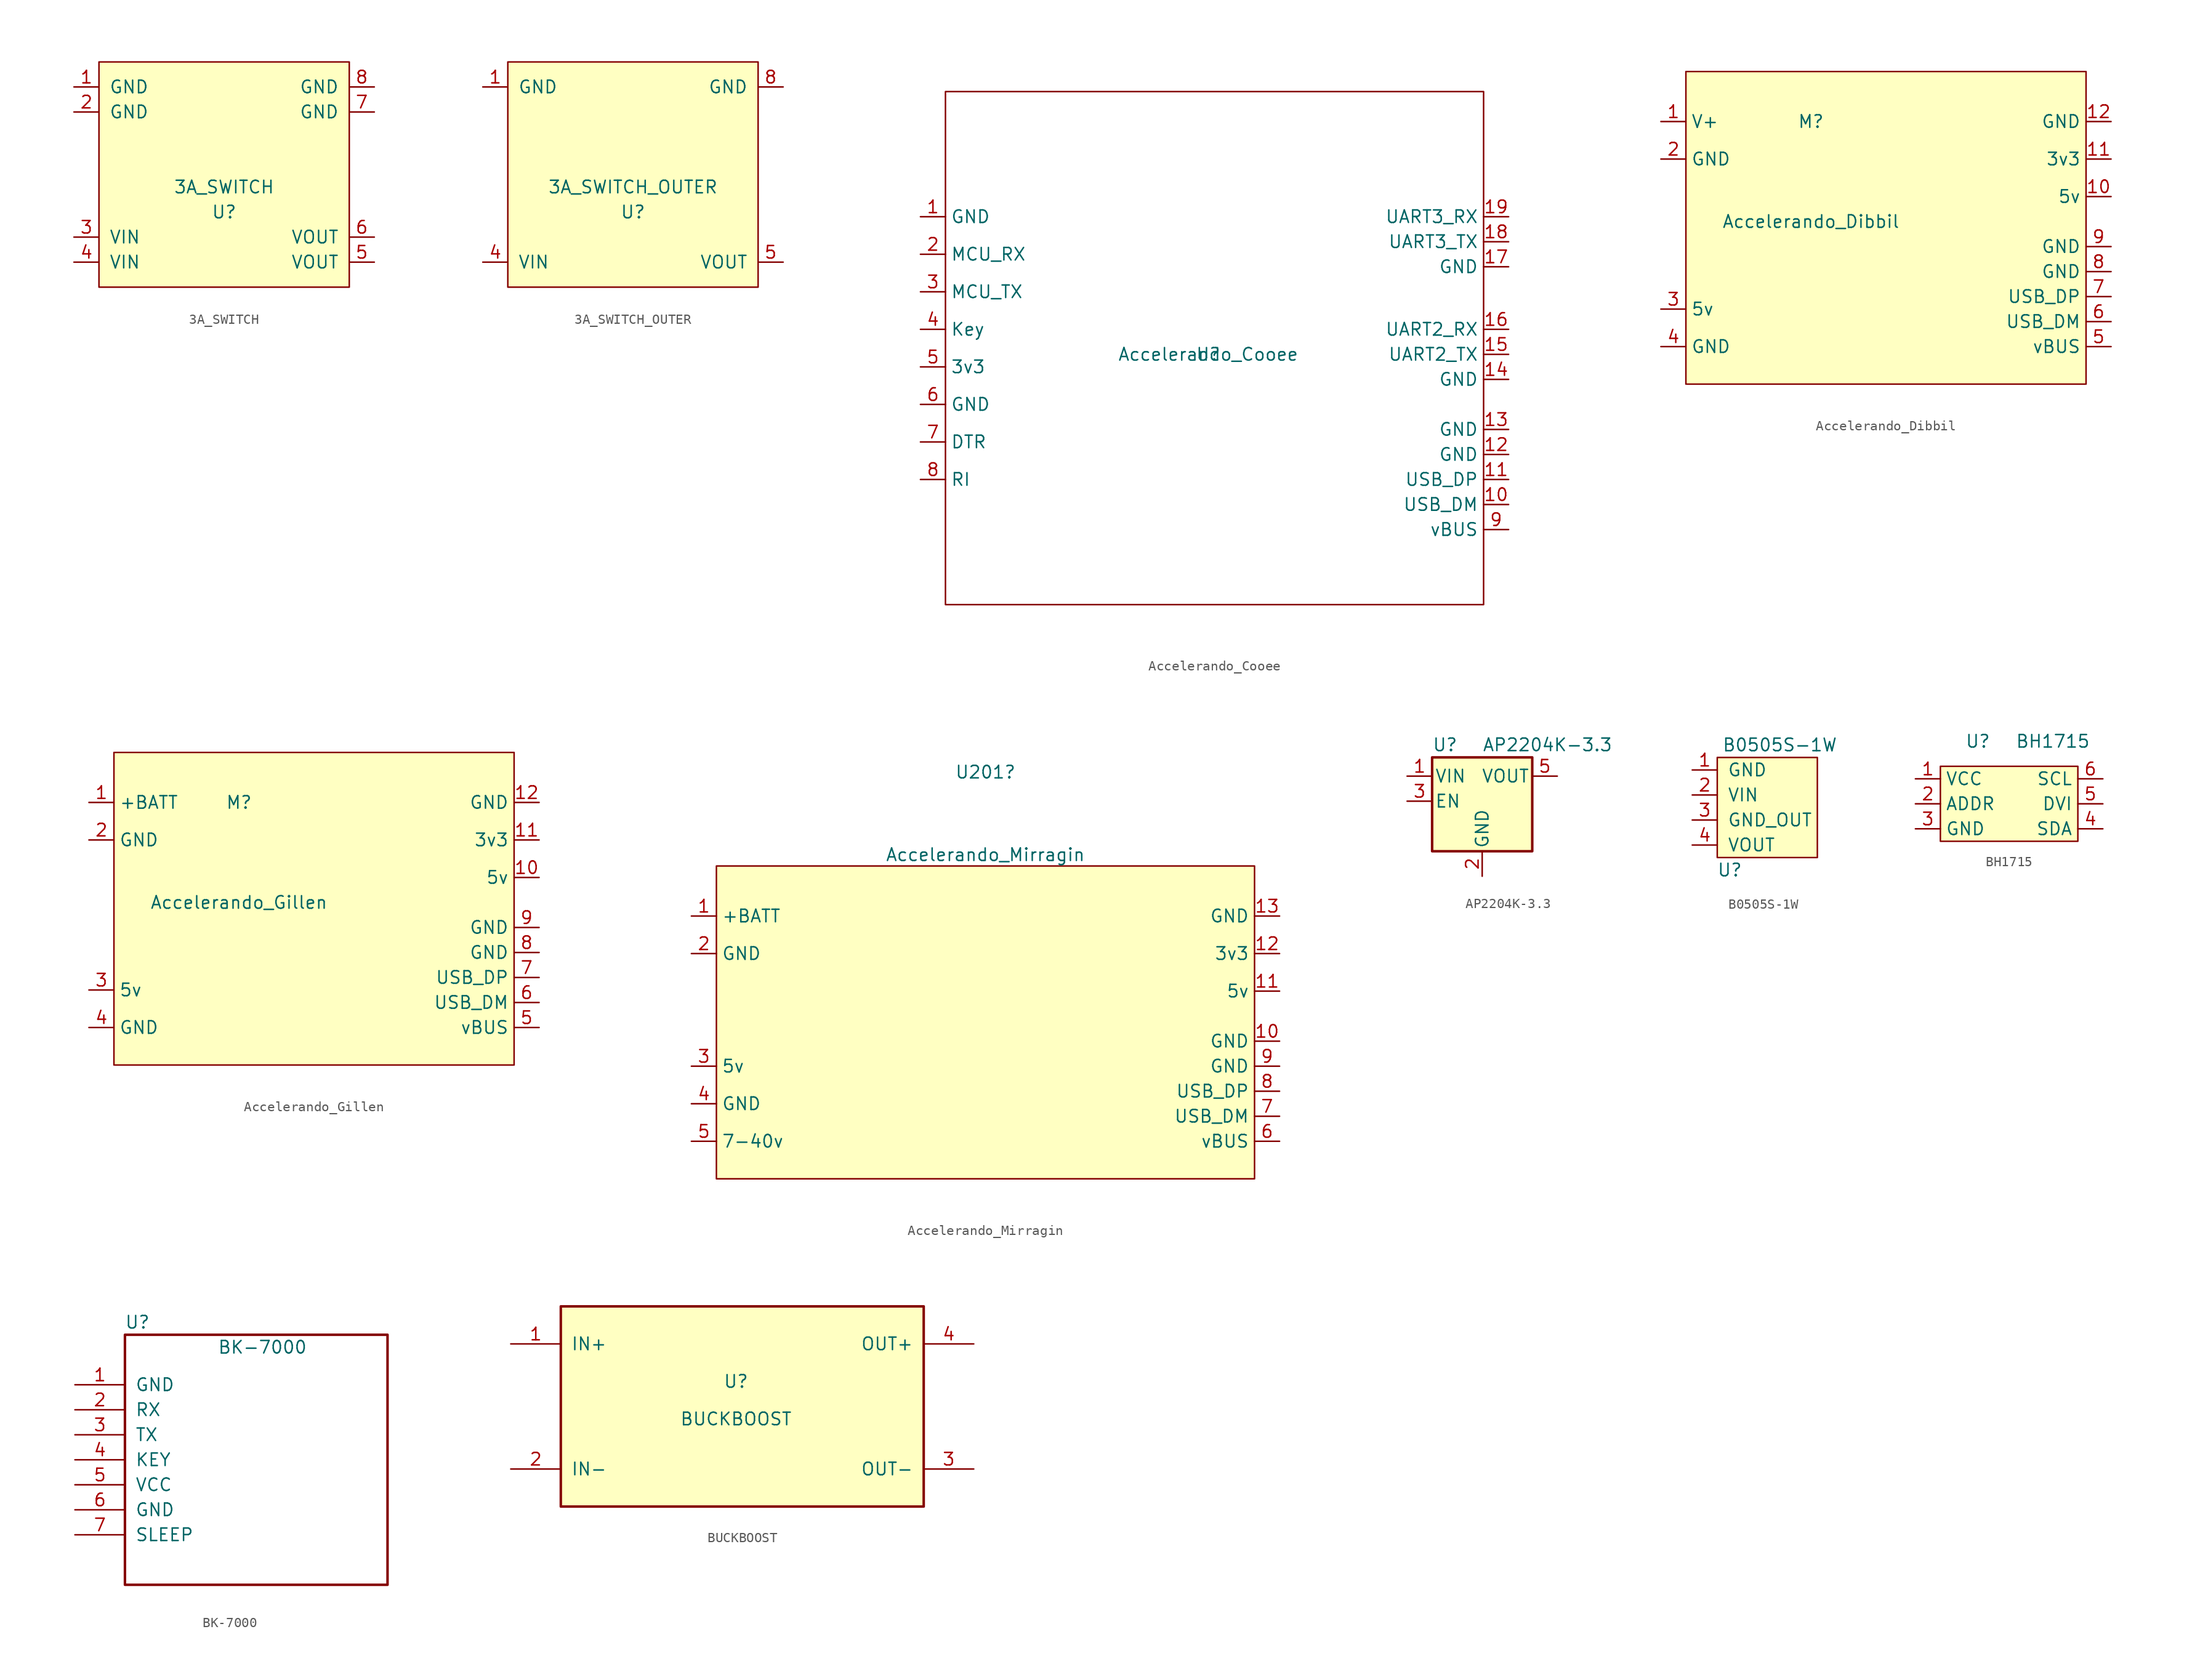
<source format=kicad_sym>
(kicad_symbol_lib
  (version 20231120)
  (generator "kicad_symbol_editor")
  (generator_version "8.0")
  (symbol "3A_SWITCH"
    (pin_names
      (offset 1.016))
    (property "Reference" "U"
      (at 0 0 0)
      (effects (font (size 1.27 1.27))))
    (property "Value" "3A_SWITCH"
      (at 0 2.54 0)
      (effects (font (size 1.27 1.27))))
    (symbol "3A_SWITCH_0_1"
      (rectangle (start -12.7 -7.62) (end 12.7 15.24) (stroke (width 0) (type default)) (fill (type background))))
    (symbol "3A_SWITCH_1_1"
      (pin power_in line (at -15.24 12.7 0) (length 2.54) (name "GND" (effects (font (size 1.27 1.27)))) (number "1" (effects (font (size 1.27 1.27)))))
      (pin power_in line (at -15.24 10.16 0) (length 2.54) (name "GND" (effects (font (size 1.27 1.27)))) (number "2" (effects (font (size 1.27 1.27)))))
      (pin power_in line (at -15.24 -2.54 0) (length 2.54) (name "VIN" (effects (font (size 1.27 1.27)))) (number "3" (effects (font (size 1.27 1.27)))))
      (pin power_in line (at -15.24 -5.08 0) (length 2.54) (name "VIN" (effects (font (size 1.27 1.27)))) (number "4" (effects (font (size 1.27 1.27)))))
      (pin power_in line (at 15.24 -5.08 180) (length 2.54) (name "VOUT" (effects (font (size 1.27 1.27)))) (number "5" (effects (font (size 1.27 1.27)))))
      (pin power_in line (at 15.24 -2.54 180) (length 2.54) (name "VOUT" (effects (font (size 1.27 1.27)))) (number "6" (effects (font (size 1.27 1.27)))))
      (pin power_in line (at 15.24 10.16 180) (length 2.54) (name "GND" (effects (font (size 1.27 1.27)))) (number "7" (effects (font (size 1.27 1.27)))))
      (pin power_in line (at 15.24 12.7 180) (length 2.54) (name "GND" (effects (font (size 1.27 1.27)))) (number "8" (effects (font (size 1.27 1.27)))))))
  (symbol "3A_SWITCH_OUTER"
    (pin_names
      (offset 1.016))
    (property "Reference" "U"
      (at 0 0 0)
      (effects (font (size 1.27 1.27))))
    (property "Value" "3A_SWITCH_OUTER"
      (at 0 2.54 0)
      (effects (font (size 1.27 1.27))))
    (symbol "3A_SWITCH_OUTER_0_1"
      (rectangle (start -12.7 -7.62) (end 12.7 15.24) (stroke (width 0) (type default)) (fill (type background))))
    (symbol "3A_SWITCH_OUTER_1_1"
      (pin power_in line (at -15.24 12.7 0) (length 2.54) (name "GND" (effects (font (size 1.27 1.27)))) (number "1" (effects (font (size 1.27 1.27)))))
      (pin power_in line (at -15.24 -5.08 0) (length 2.54) (name "VIN" (effects (font (size 1.27 1.27)))) (number "4" (effects (font (size 1.27 1.27)))))
      (pin power_in line (at 15.24 -5.08 180) (length 2.54) (name "VOUT" (effects (font (size 1.27 1.27)))) (number "5" (effects (font (size 1.27 1.27)))))
      (pin power_in line (at 15.24 12.7 180) (length 2.54) (name "GND" (effects (font (size 1.27 1.27)))) (number "8" (effects (font (size 1.27 1.27)))))))
  (symbol "Accelerando_Cooee"
    (property "Reference" "U"
      (at 0 0 0)
      (effects (font (size 1.27 1.27))))
    (property "Value" "Accelerando_Cooee"
      (at 0 0 0)
      (effects (font (size 1.27 1.27))))
    (symbol "Accelerando_Cooee_0_1"
      (rectangle (start -26.67 26.67) (end 27.94 -25.4) (stroke (width 0.152) (type default)) (fill (type none))))
    (symbol "Accelerando_Cooee_1_1"
      (pin input line (at -29.21 13.97 0) (length 2.54) (name "GND" (effects (font (size 1.27 1.27)))) (number "1" (effects (font (size 1.27 1.27)))))
      (pin bidirectional line (at 30.48 -15.24 180) (length 2.54) (name "USB_DM" (effects (font (size 1.27 1.27)))) (number "10" (effects (font (size 1.27 1.27)))))
      (pin bidirectional line (at 30.48 -12.7 180) (length 2.54) (name "USB_DP" (effects (font (size 1.27 1.27)))) (number "11" (effects (font (size 1.27 1.27)))))
      (pin power_in line (at 30.48 -10.16 180) (length 2.54) (name "GND" (effects (font (size 1.27 1.27)))) (number "12" (effects (font (size 1.27 1.27)))))
      (pin power_in line (at 30.48 -7.62 180) (length 2.54) (name "GND" (effects (font (size 1.27 1.27)))) (number "13" (effects (font (size 1.27 1.27)))))
      (pin power_in line (at 30.48 -2.54 180) (length 2.54) (name "GND" (effects (font (size 1.27 1.27)))) (number "14" (effects (font (size 1.27 1.27)))))
      (pin output line (at 30.48 0 180) (length 2.54) (name "UART2_TX" (effects (font (size 1.27 1.27)))) (number "15" (effects (font (size 1.27 1.27)))))
      (pin input line (at 30.48 2.54 180) (length 2.54) (name "UART2_RX" (effects (font (size 1.27 1.27)))) (number "16" (effects (font (size 1.27 1.27)))))
      (pin power_in line (at 30.48 8.89 180) (length 2.54) (name "GND" (effects (font (size 1.27 1.27)))) (number "17" (effects (font (size 1.27 1.27)))))
      (pin output line (at 30.48 11.43 180) (length 2.54) (name "UART3_TX" (effects (font (size 1.27 1.27)))) (number "18" (effects (font (size 1.27 1.27)))))
      (pin input line (at 30.48 13.97 180) (length 2.54) (name "UART3_RX" (effects (font (size 1.27 1.27)))) (number "19" (effects (font (size 1.27 1.27)))))
      (pin output line (at -29.21 10.16 0) (length 2.54) (name "MCU_RX" (effects (font (size 1.27 1.27)))) (number "2" (effects (font (size 1.27 1.27)))))
      (pin input line (at -29.21 6.35 0) (length 2.54) (name "MCU_TX" (effects (font (size 1.27 1.27)))) (number "3" (effects (font (size 1.27 1.27)))))
      (pin input line (at -29.21 2.54 0) (length 2.54) (name "Key" (effects (font (size 1.27 1.27)))) (number "4" (effects (font (size 1.27 1.27)))))
      (pin power_in line (at -29.21 -1.27 0) (length 2.54) (name "3v3" (effects (font (size 1.27 1.27)))) (number "5" (effects (font (size 1.27 1.27)))))
      (pin power_in line (at -29.21 -5.08 0) (length 2.54) (name "GND" (effects (font (size 1.27 1.27)))) (number "6" (effects (font (size 1.27 1.27)))))
      (pin input line (at -29.21 -8.89 0) (length 2.54) (name "DTR" (effects (font (size 1.27 1.27)))) (number "7" (effects (font (size 1.27 1.27)))))
      (pin output line (at -29.21 -12.7 0) (length 2.54) (name "RI" (effects (font (size 1.27 1.27)))) (number "8" (effects (font (size 1.27 1.27)))))
      (pin power_in line (at 30.48 -17.78 180) (length 2.54) (name "vBUS" (effects (font (size 1.27 1.27)))) (number "9" (effects (font (size 1.27 1.27)))))))
  (symbol "Accelerando_Dibbil"
    (property "Reference" "M"
      (at -7.62 10.16 0)
      (effects (font (size 1.27 1.27))))
    (property "Value" "Accelerando_Dibbil"
      (at -7.62 0 0)
      (effects (font (size 1.27 1.27))))
    (symbol "Accelerando_Dibbil_0_1"
      (rectangle (start -20.32 15.24) (end 20.32 -16.51) (stroke (width 0.152) (type default)) (fill (type background))))
    (symbol "Accelerando_Dibbil_1_1"
      (pin power_in line (at -22.86 10.16 0) (length 2.54) (name "V+" (effects (font (size 1.27 1.27)))) (number "1" (effects (font (size 1.27 1.27)))))
      (pin power_out line (at 22.86 2.54 180) (length 2.54) (name "5v" (effects (font (size 1.27 1.27)))) (number "10" (effects (font (size 1.27 1.27)))))
      (pin power_out line (at 22.86 6.35 180) (length 2.54) (name "3v3" (effects (font (size 1.27 1.27)))) (number "11" (effects (font (size 1.27 1.27)))))
      (pin power_out line (at 22.86 10.16 180) (length 2.54) (name "GND" (effects (font (size 1.27 1.27)))) (number "12" (effects (font (size 1.27 1.27)))))
      (pin power_in line (at -22.86 6.35 0) (length 2.54) (name "GND" (effects (font (size 1.27 1.27)))) (number "2" (effects (font (size 1.27 1.27)))))
      (pin power_in line (at -22.86 -8.89 0) (length 2.54) (name "5v" (effects (font (size 1.27 1.27)))) (number "3" (effects (font (size 1.27 1.27)))))
      (pin power_in line (at -22.86 -12.7 0) (length 2.54) (name "GND" (effects (font (size 1.27 1.27)))) (number "4" (effects (font (size 1.27 1.27)))))
      (pin power_in line (at 22.86 -12.7 180) (length 2.54) (name "vBUS" (effects (font (size 1.27 1.27)))) (number "5" (effects (font (size 1.27 1.27)))))
      (pin bidirectional line (at 22.86 -10.16 180) (length 2.54) (name "USB_DM" (effects (font (size 1.27 1.27)))) (number "6" (effects (font (size 1.27 1.27)))))
      (pin bidirectional line (at 22.86 -7.62 180) (length 2.54) (name "USB_DP" (effects (font (size 1.27 1.27)))) (number "7" (effects (font (size 1.27 1.27)))))
      (pin power_in line (at 22.86 -5.08 180) (length 2.54) (name "GND" (effects (font (size 1.27 1.27)))) (number "8" (effects (font (size 1.27 1.27)))))
      (pin power_in line (at 22.86 -2.54 180) (length 2.54) (name "GND" (effects (font (size 1.27 1.27)))) (number "9" (effects (font (size 1.27 1.27)))))))
  (symbol "Accelerando_Gillen"
    (property "Reference" "M"
      (at -7.62 10.16 0)
      (effects (font (size 1.27 1.27))))
    (property "Value" "Accelerando_Gillen"
      (at -7.62 0 0)
      (effects (font (size 1.27 1.27))))
    (symbol "Accelerando_Gillen_0_1"
      (rectangle (start -20.32 15.24) (end 20.32 -16.51) (stroke (width 0.152) (type default)) (fill (type background))))
    (symbol "Accelerando_Gillen_1_1"
      (pin power_in line (at -22.86 10.16 0) (length 2.54) (name "+BATT" (effects (font (size 1.27 1.27)))) (number "1" (effects (font (size 1.27 1.27)))))
      (pin power_out line (at 22.86 2.54 180) (length 2.54) (name "5v" (effects (font (size 1.27 1.27)))) (number "10" (effects (font (size 1.27 1.27)))))
      (pin power_out line (at 22.86 6.35 180) (length 2.54) (name "3v3" (effects (font (size 1.27 1.27)))) (number "11" (effects (font (size 1.27 1.27)))))
      (pin power_out line (at 22.86 10.16 180) (length 2.54) (name "GND" (effects (font (size 1.27 1.27)))) (number "12" (effects (font (size 1.27 1.27)))))
      (pin power_in line (at -22.86 6.35 0) (length 2.54) (name "GND" (effects (font (size 1.27 1.27)))) (number "2" (effects (font (size 1.27 1.27)))))
      (pin power_in line (at -22.86 -8.89 0) (length 2.54) (name "5v" (effects (font (size 1.27 1.27)))) (number "3" (effects (font (size 1.27 1.27)))))
      (pin power_in line (at -22.86 -12.7 0) (length 2.54) (name "GND" (effects (font (size 1.27 1.27)))) (number "4" (effects (font (size 1.27 1.27)))))
      (pin power_in line (at 22.86 -12.7 180) (length 2.54) (name "vBUS" (effects (font (size 1.27 1.27)))) (number "5" (effects (font (size 1.27 1.27)))))
      (pin bidirectional line (at 22.86 -10.16 180) (length 2.54) (name "USB_DM" (effects (font (size 1.27 1.27)))) (number "6" (effects (font (size 1.27 1.27)))))
      (pin bidirectional line (at 22.86 -7.62 180) (length 2.54) (name "USB_DP" (effects (font (size 1.27 1.27)))) (number "7" (effects (font (size 1.27 1.27)))))
      (pin power_in line (at 22.86 -5.08 180) (length 2.54) (name "GND" (effects (font (size 1.27 1.27)))) (number "8" (effects (font (size 1.27 1.27)))))
      (pin power_in line (at 22.86 -2.54 180) (length 2.54) (name "GND" (effects (font (size 1.27 1.27)))) (number "9" (effects (font (size 1.27 1.27)))))))
  (symbol "Accelerando_Mirragin"
    (property "Reference" "U201"
      (at 0.635 24.765 0)
      (effects (font (size 1.27 1.27))))
    (property "Value" "Accelerando_Mirragin"
      (at 0.635 16.381 0)
      (effects (font (size 1.27 1.27))))
    (symbol "Accelerando_Mirragin_0_1"
      (rectangle (start -26.67 15.24) (end 27.94 -16.51) (stroke (width 0.152) (type default)) (fill (type background))))
    (symbol "Accelerando_Mirragin_1_1"
      (pin power_in line (at -29.21 10.16 0) (length 2.54) (name "+BATT" (effects (font (size 1.27 1.27)))) (number "1" (effects (font (size 1.27 1.27)))))
      (pin power_in line (at 30.48 -2.54 180) (length 2.54) (name "GND" (effects (font (size 1.27 1.27)))) (number "10" (effects (font (size 1.27 1.27)))))
      (pin power_out line (at 30.48 2.54 180) (length 2.54) (name "5v" (effects (font (size 1.27 1.27)))) (number "11" (effects (font (size 1.27 1.27)))))
      (pin power_out line (at 30.48 6.35 180) (length 2.54) (name "3v3" (effects (font (size 1.27 1.27)))) (number "12" (effects (font (size 1.27 1.27)))))
      (pin power_out line (at 30.48 10.16 180) (length 2.54) (name "GND" (effects (font (size 1.27 1.27)))) (number "13" (effects (font (size 1.27 1.27)))))
      (pin power_in line (at -29.21 6.35 0) (length 2.54) (name "GND" (effects (font (size 1.27 1.27)))) (number "2" (effects (font (size 1.27 1.27)))))
      (pin power_in line (at -29.21 -5.08 0) (length 2.54) (name "5v" (effects (font (size 1.27 1.27)))) (number "3" (effects (font (size 1.27 1.27)))))
      (pin power_in line (at -29.21 -8.89 0) (length 2.54) (name "GND" (effects (font (size 1.27 1.27)))) (number "4" (effects (font (size 1.27 1.27)))))
      (pin power_in line (at -29.21 -12.7 0) (length 2.54) (name "7-40v" (effects (font (size 1.27 1.27)))) (number "5" (effects (font (size 1.27 1.27)))))
      (pin power_in line (at 30.48 -12.7 180) (length 2.54) (name "vBUS" (effects (font (size 1.27 1.27)))) (number "6" (effects (font (size 1.27 1.27)))))
      (pin bidirectional line (at 30.48 -10.16 180) (length 2.54) (name "USB_DM" (effects (font (size 1.27 1.27)))) (number "7" (effects (font (size 1.27 1.27)))))
      (pin bidirectional line (at 30.48 -7.62 180) (length 2.54) (name "USB_DP" (effects (font (size 1.27 1.27)))) (number "8" (effects (font (size 1.27 1.27)))))
      (pin power_in line (at 30.48 -5.08 180) (length 2.54) (name "GND" (effects (font (size 1.27 1.27)))) (number "9" (effects (font (size 1.27 1.27)))))))
  (symbol "AP2204K-3.3"
    (pin_names
      (offset 0.254))
    (property "Reference" "U"
      (at -5.08 5.715 0)
      (effects (font (size 1.27 1.27)) (justify left)))
    (property "Value" "AP2204K-3.3"
      (at 0 5.715 0)
      (effects (font (size 1.27 1.27)) (justify left)))
    (symbol "AP2204K-3.3_0_1"
      (rectangle (start -5.08 4.445) (end 5.08 -5.08) (stroke (width 0.254) (type default)) (fill (type background))))
    (symbol "AP2204K-3.3_1_1"
      (pin power_in line (at -7.62 2.54 0) (length 2.54) (name "VIN" (effects (font (size 1.27 1.27)))) (number "1" (effects (font (size 1.27 1.27)))))
      (pin power_in line (at 0 -7.62 90) (length 2.54) (name "GND" (effects (font (size 1.27 1.27)))) (number "2" (effects (font (size 1.27 1.27)))))
      (pin input line (at -7.62 0 0) (length 2.54) (name "EN" (effects (font (size 1.27 1.27)))) (number "3" (effects (font (size 1.27 1.27)))))
      (pin no_connect line (at 7.62 0 180) (length 2.54) hide (name "NC" (effects (font (size 1.27 1.27)))) (number "4" (effects (font (size 1.27 1.27)))))
      (pin power_out line (at 7.62 2.54 180) (length 2.54) (name "VOUT" (effects (font (size 1.27 1.27)))) (number "5" (effects (font (size 1.27 1.27)))))))
  (symbol "B0505S-1W"
    (pin_names
      (offset 1.016))
    (property "Reference" "U"
      (at 1.27 3.81 0)
      (effects (font (size 1.27 1.27))))
    (property "Value" "B0505S-1W"
      (at 6.35 16.51 0)
      (effects (font (size 1.27 1.27))))
    (symbol "B0505S-1W_0_1"
      (rectangle (start 0 15.24) (end 10.16 5.08) (stroke (width 0) (type default)) (fill (type background))))
    (symbol "B0505S-1W_1_1"
      (pin input line (at -2.54 13.97 0) (length 2.54) (name "GND" (effects (font (size 1.27 1.27)))) (number "1" (effects (font (size 1.27 1.27)))))
      (pin power_in line (at -2.54 11.43 0) (length 2.54) (name "VIN" (effects (font (size 1.27 1.27)))) (number "2" (effects (font (size 1.27 1.27)))))
      (pin input line (at -2.54 8.89 0) (length 2.54) (name "GND_OUT" (effects (font (size 1.27 1.27)))) (number "3" (effects (font (size 1.27 1.27)))))
      (pin power_out line (at -2.54 6.35 0) (length 2.54) (name "VOUT" (effects (font (size 1.27 1.27)))) (number "4" (effects (font (size 1.27 1.27)))))))
  (symbol "BH1715"
    (property "Reference" "U"
      (at -3.81 3.81 0)
      (effects (font (size 1.27 1.27))))
    (property "Value" "BH1715"
      (at 3.81 3.81 0)
      (effects (font (size 1.27 1.27))))
    (symbol "BH1715_0_1"
      (rectangle (start -7.62 1.27) (end 6.35 -6.35) (stroke (width 0) (type default)) (fill (type background))))
    (symbol "BH1715_1_1"
      (pin power_in line (at -10.16 0 0) (length 2.54) (name "VCC" (effects (font (size 1.27 1.27)))) (number "1" (effects (font (size 1.27 1.27)))))
      (pin input line (at -10.16 -2.54 0) (length 2.54) (name "ADDR" (effects (font (size 1.27 1.27)))) (number "2" (effects (font (size 1.27 1.27)))))
      (pin power_in line (at -10.16 -5.08 0) (length 2.54) (name "GND" (effects (font (size 1.27 1.27)))) (number "3" (effects (font (size 1.27 1.27)))))
      (pin open_collector line (at 8.89 -5.08 180) (length 2.54) (name "SDA" (effects (font (size 1.27 1.27)))) (number "4" (effects (font (size 1.27 1.27)))))
      (pin input line (at 8.89 -2.54 180) (length 2.54) (name "DVI" (effects (font (size 1.27 1.27)))) (number "5" (effects (font (size 1.27 1.27)))))
      (pin open_collector line (at 8.89 0 180) (length 2.54) (name "SCL" (effects (font (size 1.27 1.27)))) (number "6" (effects (font (size 1.27 1.27)))))))
  (symbol "BK-7000"
    (pin_names
      (offset 1.016))
    (property "Reference" "U"
      (at -12.7 13.97 0)
      (effects (font (size 1.27 1.27))))
    (property "Value" "BK-7000"
      (at 0 11.43 0)
      (effects (font (size 1.27 1.27))))
    (symbol "BK-7000_0_1"
      (rectangle (start -13.97 12.7) (end 12.7 -12.7) (stroke (width 0.254) (type default)) (fill (type none))))
    (symbol "BK-7000_1_1"
      (pin power_in line (at -19.05 7.62 0) (length 5.08) (name "GND" (effects (font (size 1.27 1.27)))) (number "1" (effects (font (size 1.27 1.27)))))
      (pin input line (at -19.05 5.08 0) (length 5.08) (name "RX" (effects (font (size 1.27 1.27)))) (number "2" (effects (font (size 1.27 1.27)))))
      (pin output line (at -19.05 2.54 0) (length 5.08) (name "TX" (effects (font (size 1.27 1.27)))) (number "3" (effects (font (size 1.27 1.27)))))
      (pin input line (at -19.05 0 0) (length 5.08) (name "KEY" (effects (font (size 1.27 1.27)))) (number "4" (effects (font (size 1.27 1.27)))))
      (pin power_in line (at -19.05 -2.54 0) (length 5.08) (name "VCC" (effects (font (size 1.27 1.27)))) (number "5" (effects (font (size 1.27 1.27)))))
      (pin power_in line (at -19.05 -5.08 0) (length 5.08) (name "GND" (effects (font (size 1.27 1.27)))) (number "6" (effects (font (size 1.27 1.27)))))
      (pin input line (at -19.05 -7.62 0) (length 5.08) (name "SLEEP" (effects (font (size 1.27 1.27)))) (number "7" (effects (font (size 1.27 1.27)))))))
  (symbol "BUCKBOOST"
    (pin_names
      (offset 1.016))
    (property "Reference" "U"
      (at 0 2.54 0)
      (effects (font (size 1.27 1.27))))
    (property "Value" "BUCKBOOST"
      (at 0 -1.27 0)
      (effects (font (size 1.27 1.27))))
    (symbol "BUCKBOOST_0_1"
      (rectangle (start -17.78 10.16) (end 19.05 -10.16) (stroke (width 0.254) (type default)) (fill (type background))))
    (symbol "BUCKBOOST_1_1"
      (pin power_in line (at -22.86 6.35 0) (length 5.08) (name "IN+" (effects (font (size 1.27 1.27)))) (number "1" (effects (font (size 1.27 1.27)))))
      (pin power_in line (at -22.86 -6.35 0) (length 5.08) (name "IN-" (effects (font (size 1.27 1.27)))) (number "2" (effects (font (size 1.27 1.27)))))
      (pin power_out line (at 24.13 -6.35 180) (length 5.08) (name "OUT-" (effects (font (size 1.27 1.27)))) (number "3" (effects (font (size 1.27 1.27)))))
      (pin power_out line (at 24.13 6.35 180) (length 5.08) (name "OUT+" (effects (font (size 1.27 1.27)))) (number "4" (effects (font (size 1.27 1.27))))))))
</source>
